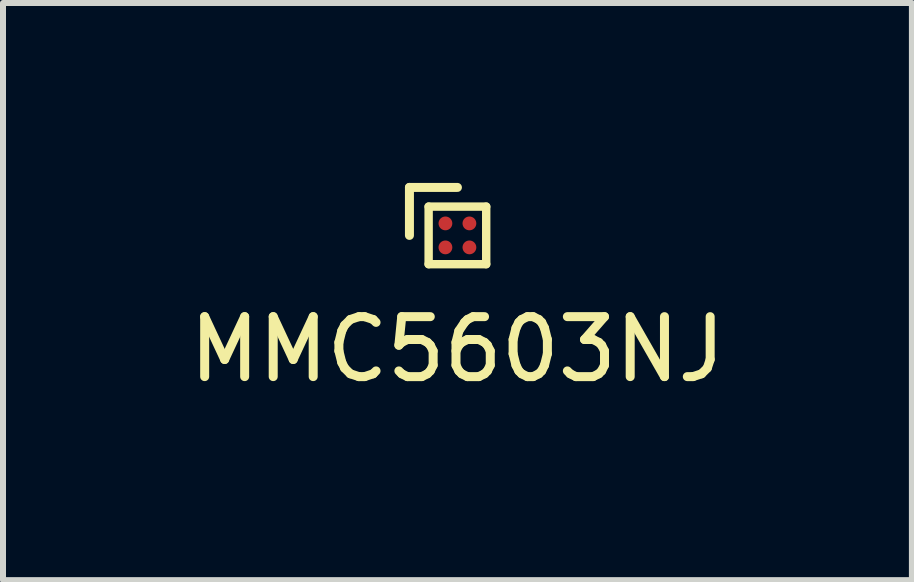
<source format=kicad_pcb>
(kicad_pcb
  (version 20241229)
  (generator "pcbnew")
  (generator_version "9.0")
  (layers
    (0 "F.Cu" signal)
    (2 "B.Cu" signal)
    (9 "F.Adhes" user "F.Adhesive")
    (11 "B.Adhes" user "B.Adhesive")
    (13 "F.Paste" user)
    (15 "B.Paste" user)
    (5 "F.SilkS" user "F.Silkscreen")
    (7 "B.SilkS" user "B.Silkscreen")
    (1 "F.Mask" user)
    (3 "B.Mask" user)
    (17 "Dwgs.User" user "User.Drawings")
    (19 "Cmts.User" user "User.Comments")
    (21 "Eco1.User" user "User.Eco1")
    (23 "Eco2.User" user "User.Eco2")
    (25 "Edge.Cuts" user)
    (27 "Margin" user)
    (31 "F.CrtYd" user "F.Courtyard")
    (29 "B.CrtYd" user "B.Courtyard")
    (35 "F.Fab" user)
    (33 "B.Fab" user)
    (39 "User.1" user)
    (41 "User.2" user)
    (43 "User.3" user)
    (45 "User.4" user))
  (footprint "MMC5603NJ"
    (layer "F.Cu")
    (at 4.577 0.875)
    (property "Reference" "MMC5603NJ" (at 0 1.9 0) (layer "F.SilkS") (effects (font (size 1 1) (thickness 0.15))))
    (attr through_hole)
    (fp_line (start -0.8 -0.8) (end -0.8 0) (stroke (width 0.15) (type solid)) (layer "F.SilkS"))
    (fp_line (start -0.48 -0.48) (end 0.48 -0.48) (stroke (width 0.14) (type solid)) (layer "F.SilkS"))
    (fp_line (start -0.48 0.48) (end -0.48 -0.48) (stroke (width 0.14) (type solid)) (layer "F.SilkS"))
    (fp_line (start 0 -0.8) (end -0.8 -0.8) (stroke (width 0.15) (type solid)) (layer "F.SilkS"))
    (fp_line (start 0.48 -0.48) (end 0.48 0.48) (stroke (width 0.14) (type solid)) (layer "F.SilkS"))
    (fp_line (start 0.48 0.48) (end -0.48 0.48) (stroke (width 0.14) (type solid)) (layer "F.SilkS"))
    (pad "A1" smd circle (at -0.2 -0.2) (size 0.23 0.23) (layers "F.Cu" "F.Mask" "F.Paste"))
    (pad "A2" smd circle (at 0.2 -0.2) (size 0.23 0.23) (layers "F.Cu" "F.Mask" "F.Paste"))
    (pad "B1" smd circle (at -0.2 0.2) (size 0.23 0.23) (layers "F.Cu" "F.Mask" "F.Paste"))
    (pad "B2" smd circle (at 0.2 0.2) (size 0.23 0.23) (layers "F.Cu" "F.Mask" "F.Paste")))
  (gr_rect
    (start -3 -3)
    (end 12.155 6.623)
    (stroke (width 0.1) (type default))
    (fill no)
    (layer "Edge.Cuts")))
</source>
